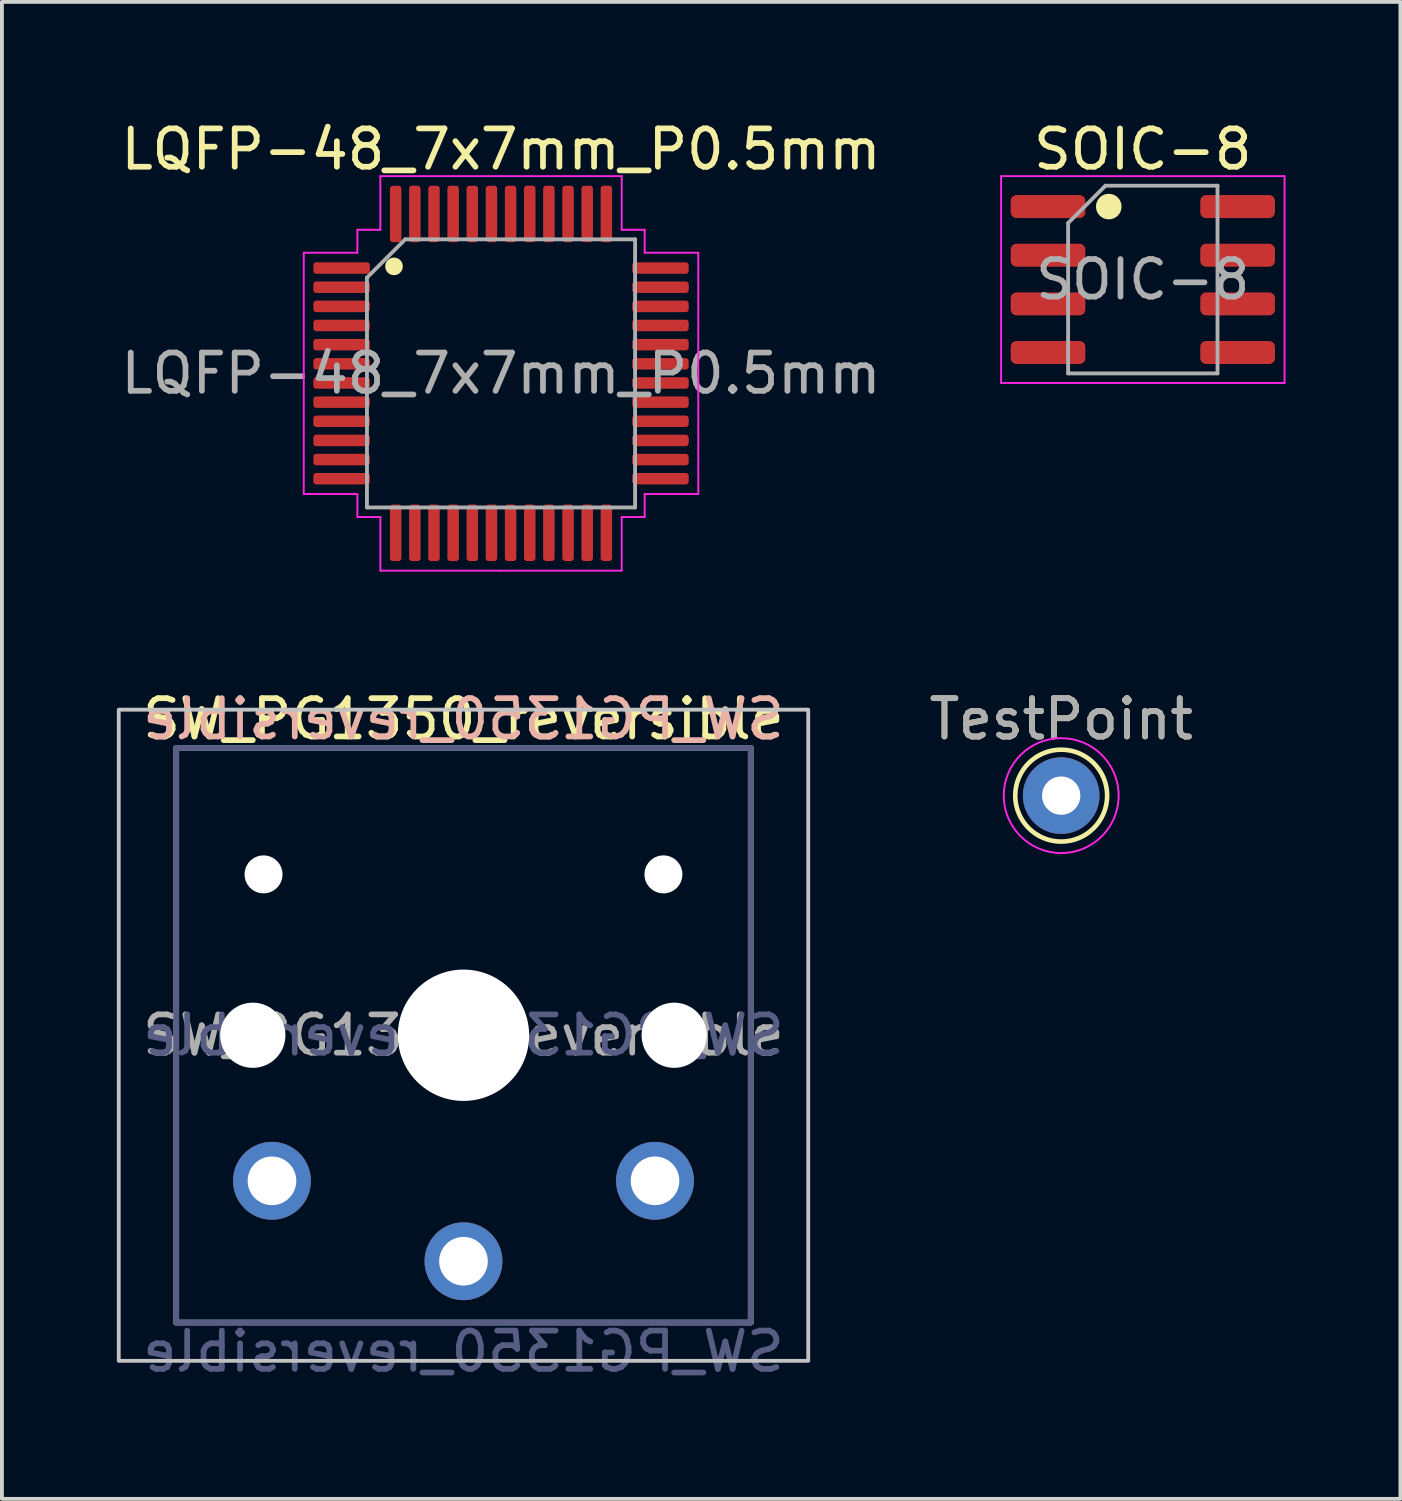
<source format=kicad_pcb>
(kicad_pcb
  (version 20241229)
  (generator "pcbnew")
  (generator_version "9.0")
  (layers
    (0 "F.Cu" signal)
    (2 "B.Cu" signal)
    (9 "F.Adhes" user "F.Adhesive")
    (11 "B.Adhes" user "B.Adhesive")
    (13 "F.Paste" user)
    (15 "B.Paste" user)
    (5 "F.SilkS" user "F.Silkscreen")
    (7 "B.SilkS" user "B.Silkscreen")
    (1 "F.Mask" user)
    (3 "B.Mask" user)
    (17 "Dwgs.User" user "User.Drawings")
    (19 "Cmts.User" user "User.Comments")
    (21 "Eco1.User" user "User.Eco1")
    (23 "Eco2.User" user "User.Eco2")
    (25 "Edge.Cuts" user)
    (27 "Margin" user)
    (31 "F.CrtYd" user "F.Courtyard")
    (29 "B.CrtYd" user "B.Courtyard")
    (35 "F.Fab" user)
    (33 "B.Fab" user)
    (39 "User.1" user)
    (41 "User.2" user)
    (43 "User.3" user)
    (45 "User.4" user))
  (footprint "TestPoint"
    (layer "F.Cu")
    (at 24.654 17.721)
    (property "Reference" "TestPoint" (at 0 -1.998 0) (layer "F.SilkS") (effects (font (size 1 1) (thickness 0.15))))
    (attr exclude_from_pos_files exclude_from_bom)
    (fp_circle (center 0 0) (end 0 1.2) (stroke (width 0.12) (type solid)) (fill no) (layer "F.SilkS"))
    (fp_circle (center 0 0) (end 1.5 0) (stroke (width 0.05) (type solid)) (fill no) (layer "F.CrtYd"))
    (fp_text user "${REFERENCE}" (at 0 -2 0) (layer "F.Fab") (effects (font (size 1 1) (thickness 0.15))))
    (pad "1" thru_hole circle (at 0 0) (size 2 2) (drill 1) (layers "*.Cu" "*.Mask")))
  (footprint "SOIC-8"
    (layer "F.Cu")
    (at 26.785 4.248)
    (property "Reference" "SOIC-8" (at 0 -3.4 0) (layer "F.SilkS") (effects (font (size 1 1) (thickness 0.15))))
    (attr smd)
    (fp_circle (center -0.889 -1.905) (end -0.605 -1.905) (stroke (width 0.1) (type solid)) (fill yes) (layer "F.SilkS"))
    (fp_line (start -3.7 -2.7) (end -3.7 2.7) (stroke (width 0.05) (type solid)) (layer "F.CrtYd"))
    (fp_line (start -3.7 2.7) (end 3.7 2.7) (stroke (width 0.05) (type solid)) (layer "F.CrtYd"))
    (fp_line (start 3.7 -2.7) (end -3.7 -2.7) (stroke (width 0.05) (type solid)) (layer "F.CrtYd"))
    (fp_line (start 3.7 2.7) (end 3.7 -2.7) (stroke (width 0.05) (type solid)) (layer "F.CrtYd"))
    (fp_line (start -1.95 -1.475) (end -0.975 -2.45) (stroke (width 0.1) (type solid)) (layer "F.Fab"))
    (fp_line (start -1.95 2.45) (end -1.95 -1.475) (stroke (width 0.1) (type solid)) (layer "F.Fab"))
    (fp_line (start -0.975 -2.45) (end 1.95 -2.45) (stroke (width 0.1) (type solid)) (layer "F.Fab"))
    (fp_line (start 1.95 -2.45) (end 1.95 2.45) (stroke (width 0.1) (type solid)) (layer "F.Fab"))
    (fp_line (start 1.95 2.45) (end -1.95 2.45) (stroke (width 0.1) (type solid)) (layer "F.Fab"))
    (fp_text user "${REFERENCE}" (at 0 0 0) (layer "F.Fab") (effects (font (size 0.98 0.98) (thickness 0.15))))
    (pad "1" smd roundrect (at -2.475 -1.905) (size 1.95 0.6) (layers "F.Cu" "F.Mask" "F.Paste") (roundrect_rratio 0.25))
    (pad "2" smd roundrect (at -2.475 -0.635) (size 1.95 0.6) (layers "F.Cu" "F.Mask" "F.Paste") (roundrect_rratio 0.25))
    (pad "3" smd roundrect (at -2.475 0.635) (size 1.95 0.6) (layers "F.Cu" "F.Mask" "F.Paste") (roundrect_rratio 0.25))
    (pad "4" smd roundrect (at -2.475 1.905) (size 1.95 0.6) (layers "F.Cu" "F.Mask" "F.Paste") (roundrect_rratio 0.25))
    (pad "5" smd roundrect (at 2.475 1.905) (size 1.95 0.6) (layers "F.Cu" "F.Mask" "F.Paste") (roundrect_rratio 0.25))
    (pad "6" smd roundrect (at 2.475 0.635) (size 1.95 0.6) (layers "F.Cu" "F.Mask" "F.Paste") (roundrect_rratio 0.25))
    (pad "7" smd roundrect (at 2.475 -0.635) (size 1.95 0.6) (layers "F.Cu" "F.Mask" "F.Paste") (roundrect_rratio 0.25))
    (pad "8" smd roundrect (at 2.475 -1.905) (size 1.95 0.6) (layers "F.Cu" "F.Mask" "F.Paste") (roundrect_rratio 0.25)))
  (footprint "LQFP-48_7x7mm_P0.5mm"
    (layer "F.Cu")
    (at 10.03 6.698)
    (property "Reference" "LQFP-48_7x7mm_P0.5mm" (at 0 -5.85 0) (layer "F.SilkS") (effects (font (size 1 1) (thickness 0.15))))
    (attr smd)
    (fp_circle (center -2.794 -2.794) (end -2.614 -2.794) (stroke (width 0.1) (type solid)) (fill yes) (layer "F.SilkS"))
    (fp_line (start -5.15 -3.15) (end -5.15 0) (stroke (width 0.05) (type solid)) (layer "F.CrtYd"))
    (fp_line (start -5.15 3.15) (end -5.15 0) (stroke (width 0.05) (type solid)) (layer "F.CrtYd"))
    (fp_line (start -3.75 -3.75) (end -3.75 -3.15) (stroke (width 0.05) (type solid)) (layer "F.CrtYd"))
    (fp_line (start -3.75 -3.15) (end -5.15 -3.15) (stroke (width 0.05) (type solid)) (layer "F.CrtYd"))
    (fp_line (start -3.75 3.15) (end -5.15 3.15) (stroke (width 0.05) (type solid)) (layer "F.CrtYd"))
    (fp_line (start -3.75 3.75) (end -3.75 3.15) (stroke (width 0.05) (type solid)) (layer "F.CrtYd"))
    (fp_line (start -3.15 -5.15) (end -3.15 -3.75) (stroke (width 0.05) (type solid)) (layer "F.CrtYd"))
    (fp_line (start -3.15 -3.75) (end -3.75 -3.75) (stroke (width 0.05) (type solid)) (layer "F.CrtYd"))
    (fp_line (start -3.15 3.75) (end -3.75 3.75) (stroke (width 0.05) (type solid)) (layer "F.CrtYd"))
    (fp_line (start -3.15 5.15) (end -3.15 3.75) (stroke (width 0.05) (type solid)) (layer "F.CrtYd"))
    (fp_line (start 0 -5.15) (end -3.15 -5.15) (stroke (width 0.05) (type solid)) (layer "F.CrtYd"))
    (fp_line (start 0 -5.15) (end 3.15 -5.15) (stroke (width 0.05) (type solid)) (layer "F.CrtYd"))
    (fp_line (start 0 5.15) (end -3.15 5.15) (stroke (width 0.05) (type solid)) (layer "F.CrtYd"))
    (fp_line (start 0 5.15) (end 3.15 5.15) (stroke (width 0.05) (type solid)) (layer "F.CrtYd"))
    (fp_line (start 3.15 -5.15) (end 3.15 -3.75) (stroke (width 0.05) (type solid)) (layer "F.CrtYd"))
    (fp_line (start 3.15 -3.75) (end 3.75 -3.75) (stroke (width 0.05) (type solid)) (layer "F.CrtYd"))
    (fp_line (start 3.15 3.75) (end 3.75 3.75) (stroke (width 0.05) (type solid)) (layer "F.CrtYd"))
    (fp_line (start 3.15 5.15) (end 3.15 3.75) (stroke (width 0.05) (type solid)) (layer "F.CrtYd"))
    (fp_line (start 3.75 -3.75) (end 3.75 -3.15) (stroke (width 0.05) (type solid)) (layer "F.CrtYd"))
    (fp_line (start 3.75 -3.15) (end 5.15 -3.15) (stroke (width 0.05) (type solid)) (layer "F.CrtYd"))
    (fp_line (start 3.75 3.15) (end 5.15 3.15) (stroke (width 0.05) (type solid)) (layer "F.CrtYd"))
    (fp_line (start 3.75 3.75) (end 3.75 3.15) (stroke (width 0.05) (type solid)) (layer "F.CrtYd"))
    (fp_line (start 5.15 -3.15) (end 5.15 0) (stroke (width 0.05) (type solid)) (layer "F.CrtYd"))
    (fp_line (start 5.15 3.15) (end 5.15 0) (stroke (width 0.05) (type solid)) (layer "F.CrtYd"))
    (fp_line (start -3.5 -2.5) (end -2.5 -3.5) (stroke (width 0.1) (type solid)) (layer "F.Fab"))
    (fp_line (start -3.5 3.5) (end -3.5 -2.5) (stroke (width 0.1) (type solid)) (layer "F.Fab"))
    (fp_line (start -2.5 -3.5) (end 3.5 -3.5) (stroke (width 0.1) (type solid)) (layer "F.Fab"))
    (fp_line (start 3.5 -3.5) (end 3.5 3.5) (stroke (width 0.1) (type solid)) (layer "F.Fab"))
    (fp_line (start 3.5 3.5) (end -3.5 3.5) (stroke (width 0.1) (type solid)) (layer "F.Fab"))
    (fp_text user "${REFERENCE}" (at 0 0 0) (layer "F.Fab") (effects (font (size 1 1) (thickness 0.15))))
    (pad "1" smd roundrect (at -4.162 -2.75) (size 1.475 0.3) (layers "F.Cu" "F.Mask" "F.Paste") (roundrect_rratio 0.25))
    (pad "2" smd roundrect (at -4.162 -2.25) (size 1.475 0.3) (layers "F.Cu" "F.Mask" "F.Paste") (roundrect_rratio 0.25))
    (pad "3" smd roundrect (at -4.162 -1.75) (size 1.475 0.3) (layers "F.Cu" "F.Mask" "F.Paste") (roundrect_rratio 0.25))
    (pad "4" smd roundrect (at -4.162 -1.25) (size 1.475 0.3) (layers "F.Cu" "F.Mask" "F.Paste") (roundrect_rratio 0.25))
    (pad "5" smd roundrect (at -4.162 -0.75) (size 1.475 0.3) (layers "F.Cu" "F.Mask" "F.Paste") (roundrect_rratio 0.25))
    (pad "6" smd roundrect (at -4.162 -0.25) (size 1.475 0.3) (layers "F.Cu" "F.Mask" "F.Paste") (roundrect_rratio 0.25))
    (pad "7" smd roundrect (at -4.162 0.25) (size 1.475 0.3) (layers "F.Cu" "F.Mask" "F.Paste") (roundrect_rratio 0.25))
    (pad "8" smd roundrect (at -4.162 0.75) (size 1.475 0.3) (layers "F.Cu" "F.Mask" "F.Paste") (roundrect_rratio 0.25))
    (pad "9" smd roundrect (at -4.162 1.25) (size 1.475 0.3) (layers "F.Cu" "F.Mask" "F.Paste") (roundrect_rratio 0.25))
    (pad "10" smd roundrect (at -4.162 1.75) (size 1.475 0.3) (layers "F.Cu" "F.Mask" "F.Paste") (roundrect_rratio 0.25))
    (pad "11" smd roundrect (at -4.162 2.25) (size 1.475 0.3) (layers "F.Cu" "F.Mask" "F.Paste") (roundrect_rratio 0.25))
    (pad "12" smd roundrect (at -4.162 2.75) (size 1.475 0.3) (layers "F.Cu" "F.Mask" "F.Paste") (roundrect_rratio 0.25))
    (pad "13" smd roundrect (at -2.75 4.162) (size 0.3 1.475) (layers "F.Cu" "F.Mask" "F.Paste") (roundrect_rratio 0.25))
    (pad "14" smd roundrect (at -2.25 4.162) (size 0.3 1.475) (layers "F.Cu" "F.Mask" "F.Paste") (roundrect_rratio 0.25))
    (pad "15" smd roundrect (at -1.75 4.162) (size 0.3 1.475) (layers "F.Cu" "F.Mask" "F.Paste") (roundrect_rratio 0.25))
    (pad "16" smd roundrect (at -1.25 4.162) (size 0.3 1.475) (layers "F.Cu" "F.Mask" "F.Paste") (roundrect_rratio 0.25))
    (pad "17" smd roundrect (at -0.75 4.162) (size 0.3 1.475) (layers "F.Cu" "F.Mask" "F.Paste") (roundrect_rratio 0.25))
    (pad "18" smd roundrect (at -0.25 4.162) (size 0.3 1.475) (layers "F.Cu" "F.Mask" "F.Paste") (roundrect_rratio 0.25))
    (pad "19" smd roundrect (at 0.25 4.162) (size 0.3 1.475) (layers "F.Cu" "F.Mask" "F.Paste") (roundrect_rratio 0.25))
    (pad "20" smd roundrect (at 0.75 4.162) (size 0.3 1.475) (layers "F.Cu" "F.Mask" "F.Paste") (roundrect_rratio 0.25))
    (pad "21" smd roundrect (at 1.25 4.162) (size 0.3 1.475) (layers "F.Cu" "F.Mask" "F.Paste") (roundrect_rratio 0.25))
    (pad "22" smd roundrect (at 1.75 4.162) (size 0.3 1.475) (layers "F.Cu" "F.Mask" "F.Paste") (roundrect_rratio 0.25))
    (pad "23" smd roundrect (at 2.25 4.162) (size 0.3 1.475) (layers "F.Cu" "F.Mask" "F.Paste") (roundrect_rratio 0.25))
    (pad "24" smd roundrect (at 2.75 4.162) (size 0.3 1.475) (layers "F.Cu" "F.Mask" "F.Paste") (roundrect_rratio 0.25))
    (pad "25" smd roundrect (at 4.162 2.75) (size 1.475 0.3) (layers "F.Cu" "F.Mask" "F.Paste") (roundrect_rratio 0.25))
    (pad "26" smd roundrect (at 4.162 2.25) (size 1.475 0.3) (layers "F.Cu" "F.Mask" "F.Paste") (roundrect_rratio 0.25))
    (pad "27" smd roundrect (at 4.162 1.75) (size 1.475 0.3) (layers "F.Cu" "F.Mask" "F.Paste") (roundrect_rratio 0.25))
    (pad "28" smd roundrect (at 4.162 1.25) (size 1.475 0.3) (layers "F.Cu" "F.Mask" "F.Paste") (roundrect_rratio 0.25))
    (pad "29" smd roundrect (at 4.162 0.75) (size 1.475 0.3) (layers "F.Cu" "F.Mask" "F.Paste") (roundrect_rratio 0.25))
    (pad "30" smd roundrect (at 4.162 0.25) (size 1.475 0.3) (layers "F.Cu" "F.Mask" "F.Paste") (roundrect_rratio 0.25))
    (pad "31" smd roundrect (at 4.162 -0.25) (size 1.475 0.3) (layers "F.Cu" "F.Mask" "F.Paste") (roundrect_rratio 0.25))
    (pad "32" smd roundrect (at 4.162 -0.75) (size 1.475 0.3) (layers "F.Cu" "F.Mask" "F.Paste") (roundrect_rratio 0.25))
    (pad "33" smd roundrect (at 4.162 -1.25) (size 1.475 0.3) (layers "F.Cu" "F.Mask" "F.Paste") (roundrect_rratio 0.25))
    (pad "34" smd roundrect (at 4.162 -1.75) (size 1.475 0.3) (layers "F.Cu" "F.Mask" "F.Paste") (roundrect_rratio 0.25))
    (pad "35" smd roundrect (at 4.162 -2.25) (size 1.475 0.3) (layers "F.Cu" "F.Mask" "F.Paste") (roundrect_rratio 0.25))
    (pad "36" smd roundrect (at 4.162 -2.75) (size 1.475 0.3) (layers "F.Cu" "F.Mask" "F.Paste") (roundrect_rratio 0.25))
    (pad "37" smd roundrect (at 2.75 -4.162) (size 0.3 1.475) (layers "F.Cu" "F.Mask" "F.Paste") (roundrect_rratio 0.25))
    (pad "38" smd roundrect (at 2.25 -4.162) (size 0.3 1.475) (layers "F.Cu" "F.Mask" "F.Paste") (roundrect_rratio 0.25))
    (pad "39" smd roundrect (at 1.75 -4.162) (size 0.3 1.475) (layers "F.Cu" "F.Mask" "F.Paste") (roundrect_rratio 0.25))
    (pad "40" smd roundrect (at 1.25 -4.162) (size 0.3 1.475) (layers "F.Cu" "F.Mask" "F.Paste") (roundrect_rratio 0.25))
    (pad "41" smd roundrect (at 0.75 -4.162) (size 0.3 1.475) (layers "F.Cu" "F.Mask" "F.Paste") (roundrect_rratio 0.25))
    (pad "42" smd roundrect (at 0.25 -4.162) (size 0.3 1.475) (layers "F.Cu" "F.Mask" "F.Paste") (roundrect_rratio 0.25))
    (pad "43" smd roundrect (at -0.25 -4.162) (size 0.3 1.475) (layers "F.Cu" "F.Mask" "F.Paste") (roundrect_rratio 0.25))
    (pad "44" smd roundrect (at -0.75 -4.162) (size 0.3 1.475) (layers "F.Cu" "F.Mask" "F.Paste") (roundrect_rratio 0.25))
    (pad "45" smd roundrect (at -1.25 -4.162) (size 0.3 1.475) (layers "F.Cu" "F.Mask" "F.Paste") (roundrect_rratio 0.25))
    (pad "46" smd roundrect (at -1.75 -4.162) (size 0.3 1.475) (layers "F.Cu" "F.Mask" "F.Paste") (roundrect_rratio 0.25))
    (pad "47" smd roundrect (at -2.25 -4.162) (size 0.3 1.475) (layers "F.Cu" "F.Mask" "F.Paste") (roundrect_rratio 0.25))
    (pad "48" smd roundrect (at -2.75 -4.162) (size 0.3 1.475) (layers "F.Cu" "F.Mask" "F.Paste") (roundrect_rratio 0.25)))
  (footprint "SW_PG1350_reversible"
    (layer "F.Cu")
    (at 9.05 23.977)
    (property "Reference" "SW_PG1350_reversible" (at 0 -8.255 0) (layer "F.SilkS") (effects (font (size 1 1) (thickness 0.15))))
    (property "Value" "SW_PG1350_reversible" (at 0 8.255 0) (layer "F.Fab") (hide yes) (effects (font (size 1 1) (thickness 0.15))))
    (attr through_hole)
    (fp_rect (start -9 -8.5) (end 9 8.5) (stroke (width 0.1) (type solid)) (fill no) (layer "Dwgs.User"))
    (fp_line (start -6.9 6.9) (end -6.9 -6.9) (stroke (width 0.15) (type solid)) (layer "Eco2.User"))
    (fp_line (start -6.9 6.9) (end 6.9 6.9) (stroke (width 0.15) (type solid)) (layer "Eco2.User"))
    (fp_line (start -2.6 -3.1) (end -2.6 -6.3) (stroke (width 0.15) (type solid)) (layer "Eco2.User"))
    (fp_line (start -2.6 -3.1) (end 2.6 -3.1) (stroke (width 0.15) (type solid)) (layer "Eco2.User"))
    (fp_line (start 2.6 -6.3) (end -2.6 -6.3) (stroke (width 0.15) (type solid)) (layer "Eco2.User"))
    (fp_line (start 2.6 -3.1) (end 2.6 -6.3) (stroke (width 0.15) (type solid)) (layer "Eco2.User"))
    (fp_line (start 6.9 -6.9) (end -6.9 -6.9) (stroke (width 0.15) (type solid)) (layer "Eco2.User"))
    (fp_line (start 6.9 -6.9) (end 6.9 6.9) (stroke (width 0.15) (type solid)) (layer "Eco2.User"))
    (fp_line (start -7.5 -7.5) (end 7.5 -7.5) (stroke (width 0.15) (type solid)) (layer "B.Fab"))
    (fp_line (start -7.5 7.5) (end -7.5 -7.5) (stroke (width 0.15) (type solid)) (layer "B.Fab"))
    (fp_line (start 7.5 -7.5) (end 7.5 7.5) (stroke (width 0.15) (type solid)) (layer "B.Fab"))
    (fp_line (start 7.5 7.5) (end -7.5 7.5) (stroke (width 0.15) (type solid)) (layer "B.Fab"))
    (fp_line (start -7.5 -7.5) (end 7.5 -7.5) (stroke (width 0.15) (type solid)) (layer "F.Fab"))
    (fp_line (start -7.5 7.5) (end -7.5 -7.5) (stroke (width 0.15) (type solid)) (layer "F.Fab"))
    (fp_line (start 7.5 -7.5) (end 7.5 7.5) (stroke (width 0.15) (type solid)) (layer "F.Fab"))
    (fp_line (start 7.5 7.5) (end -7.5 7.5) (stroke (width 0.15) (type solid)) (layer "F.Fab"))
    (fp_text user "${REFERENCE}" (at 0 -8.255 0) (layer "B.SilkS") (effects (font (size 1 1) (thickness 0.15)) (justify mirror)))
    (fp_text user "${REFERENCE}" (at 0 0 0) (layer "B.Fab") (effects (font (size 1 1) (thickness 0.15)) (justify mirror)))
    (fp_text user "${VALUE}" (at 0 8.255 0) (layer "B.Fab") (effects (font (size 1 1) (thickness 0.15)) (justify mirror)))
    (fp_text user "${REFERENCE}" (at 0 0 0) (layer "F.Fab") (effects (font (size 1 1) (thickness 0.15))))
    (pad "" np_thru_hole circle (at -5.5 0) (size 1.702 1.702) (drill 1.702) (layers "*.Cu" "*.Mask"))
    (pad "" np_thru_hole circle (at -5.22 -4.2) (size 0.991 0.991) (drill 0.991) (layers "*.Cu" "*.Mask"))
    (pad "" np_thru_hole circle (at 0 0) (size 3.429 3.429) (drill 3.429) (layers "*.Cu" "*.Mask"))
    (pad "" np_thru_hole circle (at 5.22 -4.2) (size 0.991 0.991) (drill 0.991) (layers "*.Cu" "*.Mask"))
    (pad "" np_thru_hole circle (at 5.5 0) (size 1.702 1.702) (drill 1.702) (layers "*.Cu" "*.Mask"))
    (pad "1" thru_hole circle (at 0 5.9) (size 2.032 2.032) (drill 1.27) (layers "*.Cu" "*.Mask"))
    (pad "2" thru_hole circle (at -5 3.8) (size 2.032 2.032) (drill 1.27) (layers "*.Cu" "*.Mask"))
    (pad "2" thru_hole circle (at 5 3.8) (size 2.032 2.032) (drill 1.27) (layers "*.Cu" "*.Mask")))
  (gr_rect
    (start -3 -3)
    (end 33.51 36.08)
    (stroke (width 0.1) (type default))
    (fill no)
    (layer "Edge.Cuts")))
</source>
